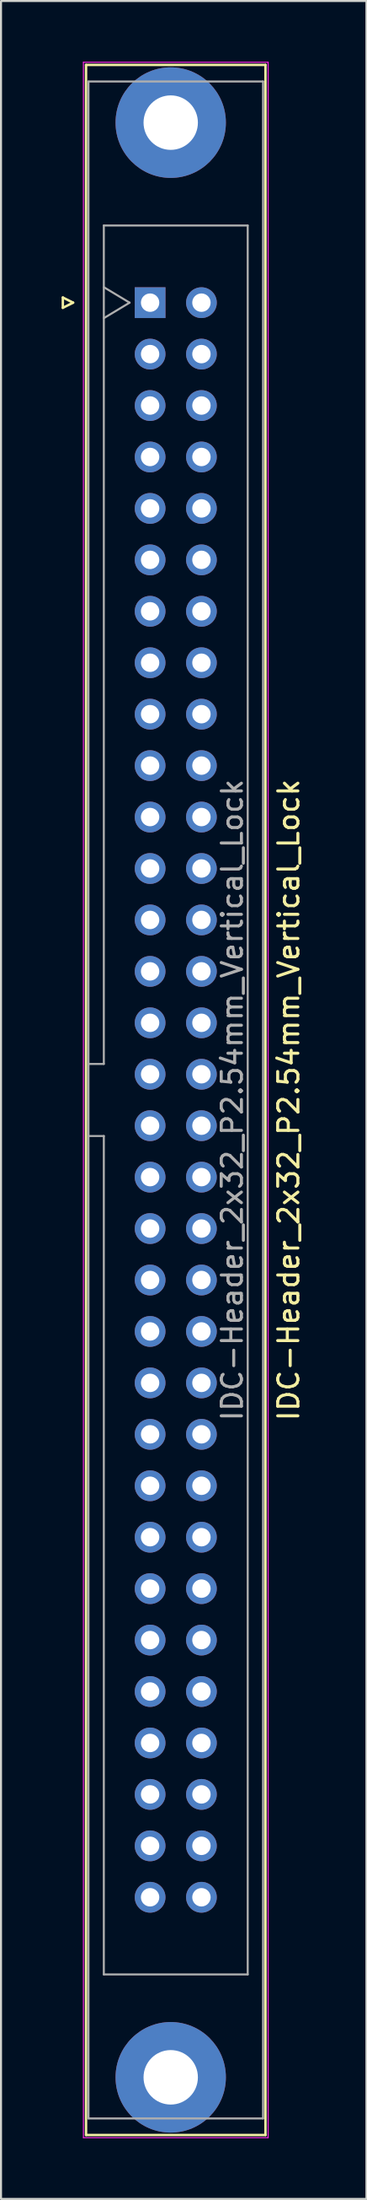
<source format=kicad_pcb>
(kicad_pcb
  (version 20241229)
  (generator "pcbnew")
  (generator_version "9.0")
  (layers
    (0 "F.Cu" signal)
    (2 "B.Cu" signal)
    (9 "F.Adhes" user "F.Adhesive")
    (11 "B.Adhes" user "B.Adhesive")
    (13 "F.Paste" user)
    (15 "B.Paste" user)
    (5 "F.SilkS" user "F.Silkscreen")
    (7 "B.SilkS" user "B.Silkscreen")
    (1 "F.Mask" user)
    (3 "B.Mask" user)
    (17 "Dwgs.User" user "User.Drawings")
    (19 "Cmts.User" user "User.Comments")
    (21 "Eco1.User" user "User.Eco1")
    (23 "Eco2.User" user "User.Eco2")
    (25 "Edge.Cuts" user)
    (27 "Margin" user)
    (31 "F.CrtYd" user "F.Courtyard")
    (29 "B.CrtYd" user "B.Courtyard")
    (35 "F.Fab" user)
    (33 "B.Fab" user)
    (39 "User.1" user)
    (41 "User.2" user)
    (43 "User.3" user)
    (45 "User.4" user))
  (footprint "IDC-Header_2x32_P2.54mm_Vertical_Lock"
    (layer "F.Cu")
    (at 4.378 11.895)
    (property "Reference" "IDC-Header_2x32_P2.54mm_Vertical_Lock" (at 6.858 39.37 270) (layer "F.SilkS") (effects (font (size 1 1) (thickness 0.15))))
    (attr through_hole)
    (fp_line (start -4.318 -0.254) (end -4.318 0.254) (stroke (width 0.12) (type solid)) (layer "F.SilkS"))
    (fp_line (start -4.318 0.254) (end -3.81 0) (stroke (width 0.12) (type solid)) (layer "F.SilkS"))
    (fp_line (start -3.81 0) (end -4.318 -0.254) (stroke (width 0.12) (type solid)) (layer "F.SilkS"))
    (fp_line (start -3.17 90.48) (end -3.17 -11.74) (stroke (width 0.12) (type solid)) (layer "F.SilkS"))
    (fp_line (start -3.17 90.48) (end 5.71 90.48) (stroke (width 0.12) (type solid)) (layer "F.SilkS"))
    (fp_line (start 5.71 -11.74) (end -3.17 -11.74) (stroke (width 0.12) (type solid)) (layer "F.SilkS"))
    (fp_line (start 5.71 -11.74) (end 5.71 90.48) (stroke (width 0.12) (type solid)) (layer "F.SilkS"))
    (fp_line (start -3.3 90.61) (end -3.3 -11.87) (stroke (width 0.05) (type solid)) (layer "F.CrtYd"))
    (fp_line (start -3.3 90.61) (end 5.84 90.61) (stroke (width 0.05) (type solid)) (layer "F.CrtYd"))
    (fp_line (start 5.84 -11.87) (end -3.3 -11.87) (stroke (width 0.05) (type solid)) (layer "F.CrtYd"))
    (fp_line (start 5.84 -11.87) (end 5.84 90.61) (stroke (width 0.05) (type solid)) (layer "F.CrtYd"))
    (fp_line (start -3.05 -10.92) (end -3.05 89.66) (stroke (width 0.1) (type solid)) (layer "F.Fab"))
    (fp_line (start -3.05 37.59) (end -2.29 37.59) (stroke (width 0.1) (type solid)) (layer "F.Fab"))
    (fp_line (start -3.05 89.66) (end 5.59 89.66) (stroke (width 0.1) (type solid)) (layer "F.Fab"))
    (fp_line (start -2.29 -3.81) (end 4.83 -3.81) (stroke (width 0.1) (type solid)) (layer "F.Fab"))
    (fp_line (start -2.29 37.59) (end -2.29 -3.81) (stroke (width 0.1) (type solid)) (layer "F.Fab"))
    (fp_line (start -2.29 41.15) (end -3.05 41.15) (stroke (width 0.1) (type solid)) (layer "F.Fab"))
    (fp_line (start -2.29 82.55) (end -2.29 41.15) (stroke (width 0.1) (type solid)) (layer "F.Fab"))
    (fp_line (start -2.286 -0.762) (end -1.016 0) (stroke (width 0.1) (type solid)) (layer "F.Fab"))
    (fp_line (start -1.016 0) (end -2.286 0.762) (stroke (width 0.1) (type solid)) (layer "F.Fab"))
    (fp_line (start 4.83 -3.81) (end 4.83 82.55) (stroke (width 0.1) (type solid)) (layer "F.Fab"))
    (fp_line (start 4.83 82.55) (end -2.29 82.55) (stroke (width 0.1) (type solid)) (layer "F.Fab"))
    (fp_line (start 5.59 -10.92) (end -3.05 -10.92) (stroke (width 0.1) (type solid)) (layer "F.Fab"))
    (fp_line (start 5.59 89.66) (end 5.59 -10.92) (stroke (width 0.1) (type solid)) (layer "F.Fab"))
    (fp_text user "${REFERENCE}" (at 4.064 39.37 90) (layer "F.Fab") (effects (font (size 1 1) (thickness 0.15))))
    (pad "" thru_hole circle (at 1.02 -8.89 270) (size 5.46 5.46) (drill 2.69) (layers "*.Cu" "*.Mask"))
    (pad "" thru_hole circle (at 1.02 87.63 270) (size 5.46 5.46) (drill 2.69) (layers "*.Cu" "*.Mask"))
    (pad "1" thru_hole rect (at 0 0 270) (size 1.52 1.52) (drill 0.91) (layers "*.Cu" "*.Mask"))
    (pad "2" thru_hole circle (at 2.54 0 270) (size 1.52 1.52) (drill 0.91) (layers "*.Cu" "*.Mask"))
    (pad "3" thru_hole circle (at 0 2.54 270) (size 1.52 1.52) (drill 0.91) (layers "*.Cu" "*.Mask"))
    (pad "4" thru_hole circle (at 2.54 2.54 270) (size 1.52 1.52) (drill 0.91) (layers "*.Cu" "*.Mask"))
    (pad "5" thru_hole circle (at 0 5.08 270) (size 1.52 1.52) (drill 0.91) (layers "*.Cu" "*.Mask"))
    (pad "6" thru_hole circle (at 2.54 5.08 270) (size 1.52 1.52) (drill 0.91) (layers "*.Cu" "*.Mask"))
    (pad "7" thru_hole circle (at 0 7.62 270) (size 1.52 1.52) (drill 0.91) (layers "*.Cu" "*.Mask"))
    (pad "8" thru_hole circle (at 2.54 7.62 270) (size 1.52 1.52) (drill 0.91) (layers "*.Cu" "*.Mask"))
    (pad "9" thru_hole circle (at 0 10.16 270) (size 1.52 1.52) (drill 0.91) (layers "*.Cu" "*.Mask"))
    (pad "10" thru_hole circle (at 2.54 10.16 270) (size 1.52 1.52) (drill 0.91) (layers "*.Cu" "*.Mask"))
    (pad "11" thru_hole circle (at 0 12.7 270) (size 1.52 1.52) (drill 0.91) (layers "*.Cu" "*.Mask"))
    (pad "12" thru_hole circle (at 2.54 12.7 270) (size 1.52 1.52) (drill 0.91) (layers "*.Cu" "*.Mask"))
    (pad "13" thru_hole circle (at 0 15.24 270) (size 1.52 1.52) (drill 0.91) (layers "*.Cu" "*.Mask"))
    (pad "14" thru_hole circle (at 2.54 15.24 270) (size 1.52 1.52) (drill 0.91) (layers "*.Cu" "*.Mask"))
    (pad "15" thru_hole circle (at 0 17.78 270) (size 1.52 1.52) (drill 0.91) (layers "*.Cu" "*.Mask"))
    (pad "16" thru_hole circle (at 2.54 17.78 270) (size 1.52 1.52) (drill 0.91) (layers "*.Cu" "*.Mask"))
    (pad "17" thru_hole circle (at 0 20.32 270) (size 1.52 1.52) (drill 0.91) (layers "*.Cu" "*.Mask"))
    (pad "18" thru_hole circle (at 2.54 20.32 270) (size 1.52 1.52) (drill 0.91) (layers "*.Cu" "*.Mask"))
    (pad "19" thru_hole circle (at 0 22.86 270) (size 1.52 1.52) (drill 0.91) (layers "*.Cu" "*.Mask"))
    (pad "20" thru_hole circle (at 2.54 22.86 270) (size 1.52 1.52) (drill 0.91) (layers "*.Cu" "*.Mask"))
    (pad "21" thru_hole circle (at 0 25.4 270) (size 1.52 1.52) (drill 0.91) (layers "*.Cu" "*.Mask"))
    (pad "22" thru_hole circle (at 2.54 25.4 270) (size 1.52 1.52) (drill 0.91) (layers "*.Cu" "*.Mask"))
    (pad "23" thru_hole circle (at 0 27.94 270) (size 1.52 1.52) (drill 0.91) (layers "*.Cu" "*.Mask"))
    (pad "24" thru_hole circle (at 2.54 27.94 270) (size 1.52 1.52) (drill 0.91) (layers "*.Cu" "*.Mask"))
    (pad "25" thru_hole circle (at 0 30.48 270) (size 1.52 1.52) (drill 0.91) (layers "*.Cu" "*.Mask"))
    (pad "26" thru_hole circle (at 2.54 30.48 270) (size 1.52 1.52) (drill 0.91) (layers "*.Cu" "*.Mask"))
    (pad "27" thru_hole circle (at 0 33.02 270) (size 1.52 1.52) (drill 0.91) (layers "*.Cu" "*.Mask"))
    (pad "28" thru_hole circle (at 2.54 33.02 270) (size 1.52 1.52) (drill 0.91) (layers "*.Cu" "*.Mask"))
    (pad "29" thru_hole circle (at 0 35.56 270) (size 1.52 1.52) (drill 0.91) (layers "*.Cu" "*.Mask"))
    (pad "30" thru_hole circle (at 2.54 35.56 270) (size 1.52 1.52) (drill 0.91) (layers "*.Cu" "*.Mask"))
    (pad "31" thru_hole circle (at 0 38.1 270) (size 1.52 1.52) (drill 0.91) (layers "*.Cu" "*.Mask"))
    (pad "32" thru_hole circle (at 2.54 38.1 270) (size 1.52 1.52) (drill 0.91) (layers "*.Cu" "*.Mask"))
    (pad "33" thru_hole circle (at 0 40.64 270) (size 1.52 1.52) (drill 0.91) (layers "*.Cu" "*.Mask"))
    (pad "34" thru_hole circle (at 2.54 40.64 270) (size 1.52 1.52) (drill 0.91) (layers "*.Cu" "*.Mask"))
    (pad "35" thru_hole circle (at 0 43.18 270) (size 1.52 1.52) (drill 0.91) (layers "*.Cu" "*.Mask"))
    (pad "36" thru_hole circle (at 2.54 43.18 270) (size 1.52 1.52) (drill 0.91) (layers "*.Cu" "*.Mask"))
    (pad "37" thru_hole circle (at 0 45.72 270) (size 1.52 1.52) (drill 0.91) (layers "*.Cu" "*.Mask"))
    (pad "38" thru_hole circle (at 2.54 45.72 270) (size 1.52 1.52) (drill 0.91) (layers "*.Cu" "*.Mask"))
    (pad "39" thru_hole circle (at 0 48.26 270) (size 1.52 1.52) (drill 0.91) (layers "*.Cu" "*.Mask"))
    (pad "40" thru_hole circle (at 2.54 48.26 270) (size 1.52 1.52) (drill 0.91) (layers "*.Cu" "*.Mask"))
    (pad "41" thru_hole circle (at 0 50.8 270) (size 1.52 1.52) (drill 0.91) (layers "*.Cu" "*.Mask"))
    (pad "42" thru_hole circle (at 2.54 50.8 270) (size 1.52 1.52) (drill 0.91) (layers "*.Cu" "*.Mask"))
    (pad "43" thru_hole circle (at 0 53.34 270) (size 1.52 1.52) (drill 0.91) (layers "*.Cu" "*.Mask"))
    (pad "44" thru_hole circle (at 2.54 53.34 270) (size 1.52 1.52) (drill 0.91) (layers "*.Cu" "*.Mask"))
    (pad "45" thru_hole circle (at 0 55.88 270) (size 1.52 1.52) (drill 0.91) (layers "*.Cu" "*.Mask"))
    (pad "46" thru_hole circle (at 2.54 55.88 270) (size 1.52 1.52) (drill 0.91) (layers "*.Cu" "*.Mask"))
    (pad "47" thru_hole circle (at 0 58.42 270) (size 1.52 1.52) (drill 0.91) (layers "*.Cu" "*.Mask"))
    (pad "48" thru_hole circle (at 2.54 58.42 270) (size 1.52 1.52) (drill 0.91) (layers "*.Cu" "*.Mask"))
    (pad "49" thru_hole circle (at 0 60.96 270) (size 1.52 1.52) (drill 0.91) (layers "*.Cu" "*.Mask"))
    (pad "50" thru_hole circle (at 2.54 60.96 270) (size 1.52 1.52) (drill 0.91) (layers "*.Cu" "*.Mask"))
    (pad "51" thru_hole circle (at 0 63.5 270) (size 1.52 1.52) (drill 0.91) (layers "*.Cu" "*.Mask"))
    (pad "52" thru_hole circle (at 2.54 63.5 270) (size 1.52 1.52) (drill 0.91) (layers "*.Cu" "*.Mask"))
    (pad "53" thru_hole circle (at 0 66.04 270) (size 1.52 1.52) (drill 0.91) (layers "*.Cu" "*.Mask"))
    (pad "54" thru_hole circle (at 2.54 66.04 270) (size 1.52 1.52) (drill 0.91) (layers "*.Cu" "*.Mask"))
    (pad "55" thru_hole circle (at 0 68.58 270) (size 1.52 1.52) (drill 0.91) (layers "*.Cu" "*.Mask"))
    (pad "56" thru_hole circle (at 2.54 68.58 270) (size 1.52 1.52) (drill 0.91) (layers "*.Cu" "*.Mask"))
    (pad "57" thru_hole circle (at 0 71.12 270) (size 1.52 1.52) (drill 0.91) (layers "*.Cu" "*.Mask"))
    (pad "58" thru_hole circle (at 2.54 71.12 270) (size 1.52 1.52) (drill 0.91) (layers "*.Cu" "*.Mask"))
    (pad "59" thru_hole circle (at 0 73.66 270) (size 1.52 1.52) (drill 0.91) (layers "*.Cu" "*.Mask"))
    (pad "60" thru_hole circle (at 2.54 73.66 270) (size 1.52 1.52) (drill 0.91) (layers "*.Cu" "*.Mask"))
    (pad "61" thru_hole circle (at 0 76.2 270) (size 1.52 1.52) (drill 0.91) (layers "*.Cu" "*.Mask"))
    (pad "62" thru_hole circle (at 2.54 76.2 270) (size 1.52 1.52) (drill 0.91) (layers "*.Cu" "*.Mask"))
    (pad "63" thru_hole circle (at 0 78.74 270) (size 1.52 1.52) (drill 0.91) (layers "*.Cu" "*.Mask"))
    (pad "64" thru_hole circle (at 2.54 78.74 270) (size 1.52 1.52) (drill 0.91) (layers "*.Cu" "*.Mask")))
  (gr_rect
    (start -3 -3)
    (end 15.084 105.53)
    (stroke (width 0.1) (type default))
    (fill no)
    (layer "Edge.Cuts")))
</source>
